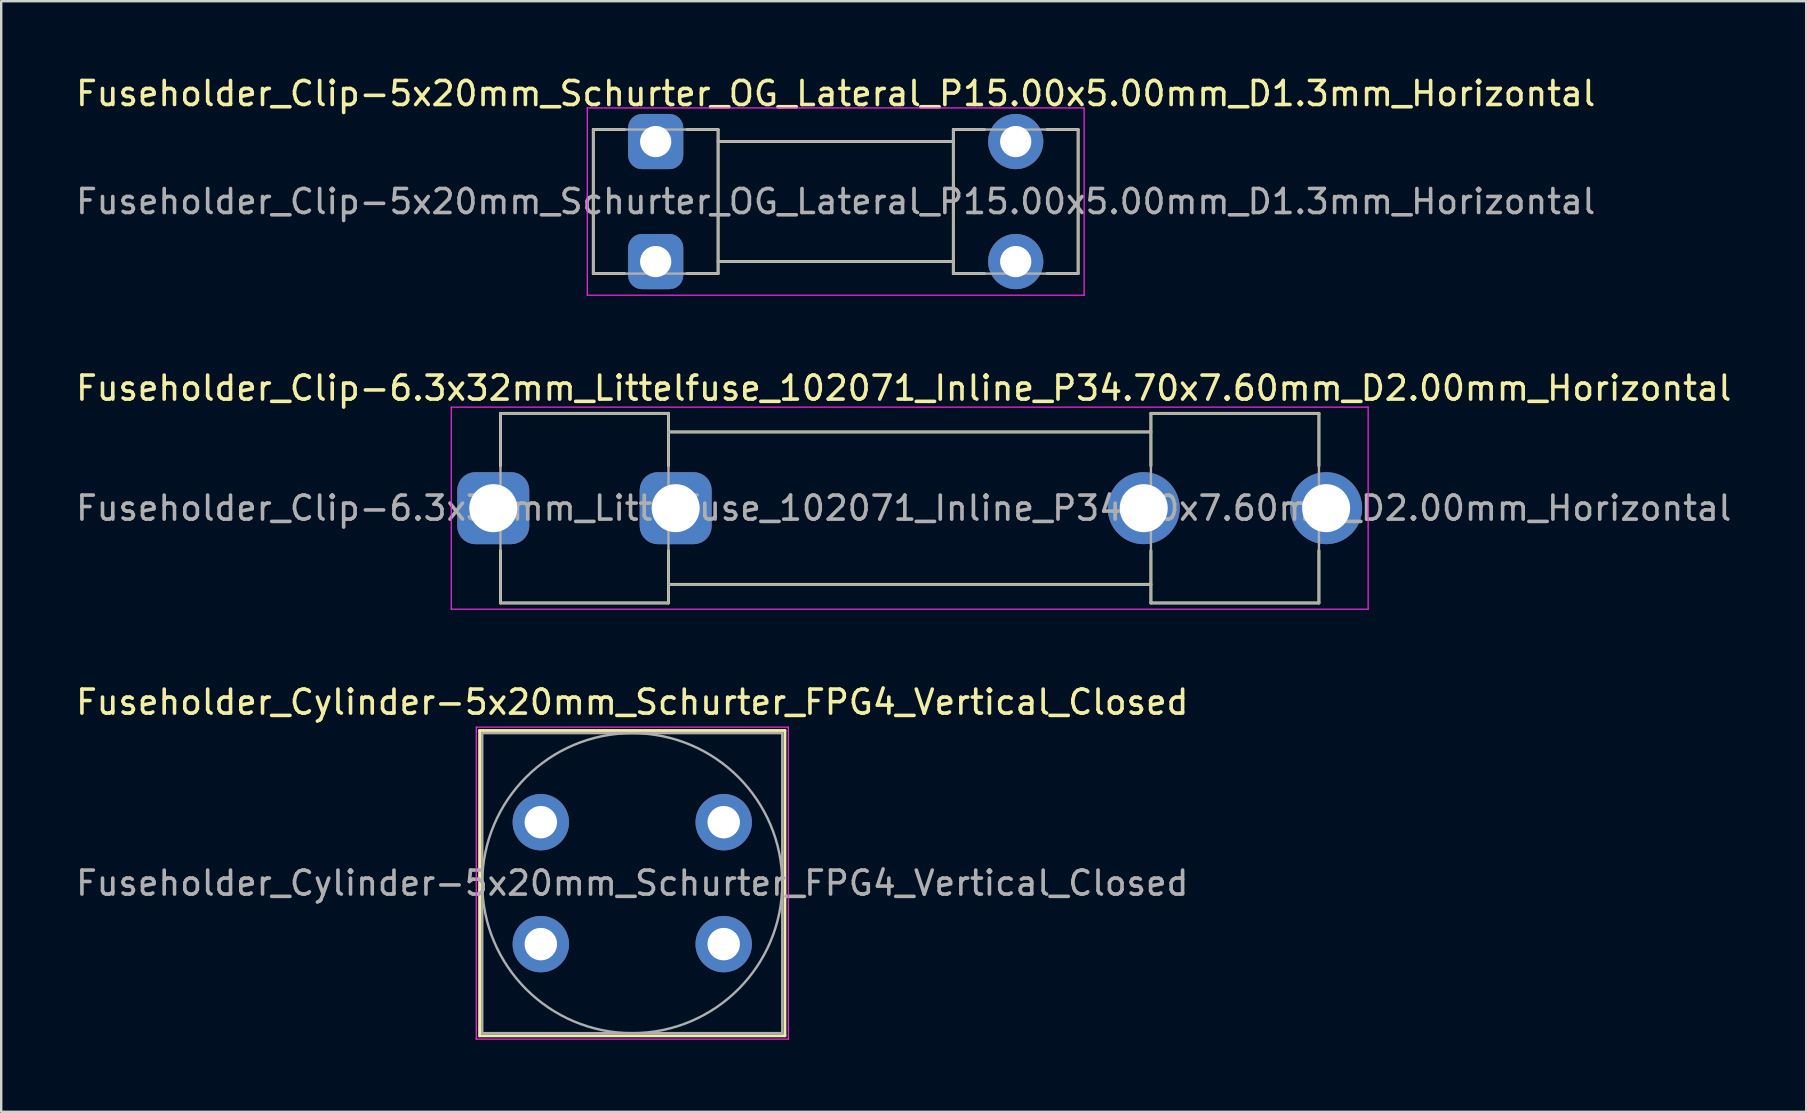
<source format=kicad_pcb>
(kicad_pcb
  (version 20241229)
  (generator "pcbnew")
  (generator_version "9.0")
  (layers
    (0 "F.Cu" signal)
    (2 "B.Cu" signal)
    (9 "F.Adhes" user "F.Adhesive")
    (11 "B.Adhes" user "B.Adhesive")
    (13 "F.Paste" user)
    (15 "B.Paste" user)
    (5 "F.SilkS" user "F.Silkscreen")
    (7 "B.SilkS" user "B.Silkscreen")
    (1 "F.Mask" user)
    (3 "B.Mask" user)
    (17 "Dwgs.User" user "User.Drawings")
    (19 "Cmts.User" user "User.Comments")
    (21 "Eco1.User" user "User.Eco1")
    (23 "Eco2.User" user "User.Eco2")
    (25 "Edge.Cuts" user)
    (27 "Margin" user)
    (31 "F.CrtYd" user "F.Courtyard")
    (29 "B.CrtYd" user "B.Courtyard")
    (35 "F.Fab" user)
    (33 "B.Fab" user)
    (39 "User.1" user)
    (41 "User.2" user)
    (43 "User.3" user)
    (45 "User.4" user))
  (footprint "Fuseholder_Clip-6.3x32mm_Littelfuse_102071_Inline_P34.70x7.60mm_D2.00mm_Horizontal"
    (layer "F.Cu")
    (at 17.501 18.122)
    (property "Reference" "Fuseholder_Clip-6.3x32mm_Littelfuse_102071_Inline_P34.70x7.60mm_D2.00mm_Horizontal" (at 17.1 -5 0) (layer "F.SilkS") (effects (font (size 1 1) (thickness 0.15))))
    (attr through_hole)
    (fp_line (start 0.3 -3.95) (end 0.3 -1.765) (stroke (width 0.12) (type solid)) (layer "F.SilkS"))
    (fp_line (start 0.3 3.95) (end 0.3 1.765) (stroke (width 0.12) (type solid)) (layer "F.SilkS"))
    (fp_line (start 7.3 -3.95) (end 0.3 -3.95) (stroke (width 0.12) (type solid)) (layer "F.SilkS"))
    (fp_line (start 7.3 -3.95) (end 7.3 -1.765) (stroke (width 0.12) (type solid)) (layer "F.SilkS"))
    (fp_line (start 7.3 3.95) (end 0.3 3.95) (stroke (width 0.12) (type solid)) (layer "F.SilkS"))
    (fp_line (start 7.3 3.95) (end 7.3 1.765) (stroke (width 0.12) (type solid)) (layer "F.SilkS"))
    (fp_line (start 27.4 -3.95) (end 27.4 -1.765) (stroke (width 0.12) (type solid)) (layer "F.SilkS"))
    (fp_line (start 27.4 -3.175) (end 7.3 -3.175) (stroke (width 0.12) (type solid)) (layer "F.SilkS"))
    (fp_line (start 27.4 3.175) (end 7.3 3.175) (stroke (width 0.12) (type solid)) (layer "F.SilkS"))
    (fp_line (start 27.4 3.95) (end 27.4 1.765) (stroke (width 0.12) (type solid)) (layer "F.SilkS"))
    (fp_line (start 27.4 3.95) (end 34.4 3.95) (stroke (width 0.12) (type solid)) (layer "F.SilkS"))
    (fp_line (start 34.4 -3.95) (end 27.4 -3.95) (stroke (width 0.12) (type solid)) (layer "F.SilkS"))
    (fp_line (start 34.4 -1.765) (end 34.4 -3.95) (stroke (width 0.12) (type solid)) (layer "F.SilkS"))
    (fp_line (start 34.4 1.765) (end 34.4 3.95) (stroke (width 0.12) (type solid)) (layer "F.SilkS"))
    (fp_line (start -1.75 -4.21) (end -1.75 4.21) (stroke (width 0.05) (type solid)) (layer "F.CrtYd"))
    (fp_line (start -1.75 -4.21) (end 36.45 -4.21) (stroke (width 0.05) (type solid)) (layer "F.CrtYd"))
    (fp_line (start 36.45 4.21) (end -1.75 4.21) (stroke (width 0.05) (type solid)) (layer "F.CrtYd"))
    (fp_line (start 36.45 4.21) (end 36.45 -4.21) (stroke (width 0.05) (type solid)) (layer "F.CrtYd"))
    (fp_line (start 0.3 -3.95) (end 7.3 -3.95) (stroke (width 0.1) (type solid)) (layer "F.Fab"))
    (fp_line (start 0.3 3.95) (end 0.3 -3.95) (stroke (width 0.1) (type solid)) (layer "F.Fab"))
    (fp_line (start 7.3 -3.95) (end 7.3 3.95) (stroke (width 0.1) (type solid)) (layer "F.Fab"))
    (fp_line (start 7.3 -3.175) (end 27.4 -3.175) (stroke (width 0.1) (type solid)) (layer "F.Fab"))
    (fp_line (start 7.3 3.95) (end 0.3 3.95) (stroke (width 0.1) (type solid)) (layer "F.Fab"))
    (fp_line (start 27.4 -3.95) (end 27.4 3.95) (stroke (width 0.1) (type solid)) (layer "F.Fab"))
    (fp_line (start 27.4 3.175) (end 7.3 3.175) (stroke (width 0.1) (type solid)) (layer "F.Fab"))
    (fp_line (start 27.4 3.95) (end 34.4 3.95) (stroke (width 0.1) (type solid)) (layer "F.Fab"))
    (fp_line (start 34.4 -3.95) (end 27.4 -3.95) (stroke (width 0.1) (type solid)) (layer "F.Fab"))
    (fp_line (start 34.4 3.95) (end 34.4 -3.95) (stroke (width 0.1) (type solid)) (layer "F.Fab"))
    (fp_text user "${REFERENCE}" (at 17.1 0 0) (layer "F.Fab") (effects (font (size 1 1) (thickness 0.15))))
    (pad "1" thru_hole roundrect (at 0 0) (size 3 3) (drill 2) (layers "*.Cu" "*.Mask") (roundrect_rratio 0.25))
    (pad "1" thru_hole roundrect (at 7.6 0) (size 3 3) (drill 2) (layers "*.Cu" "*.Mask") (roundrect_rratio 0.25))
    (pad "2" thru_hole circle (at 27.1 0) (size 3 3) (drill 2) (layers "*.Cu" "*.Mask"))
    (pad "2" thru_hole circle (at 34.7 0) (size 3 3) (drill 2) (layers "*.Cu" "*.Mask")))
  (footprint "Fuseholder_Clip-5x20mm_Schurter_OG_Lateral_P15.00x5.00mm_D1.3mm_Horizontal"
    (layer "F.Cu")
    (at 24.268 2.848)
    (property "Reference" "Fuseholder_Clip-5x20mm_Schurter_OG_Lateral_P15.00x5.00mm_D1.3mm_Horizontal" (at 7.5 -2 0) (layer "F.SilkS") (effects (font (size 1 1) (thickness 0.15))))
    (attr through_hole)
    (fp_line (start -2.6 5.5) (end -2.6 -0.5) (stroke (width 0.12) (type solid)) (layer "F.SilkS"))
    (fp_line (start -1.3 -0.5) (end -2.6 -0.5) (stroke (width 0.12) (type solid)) (layer "F.SilkS"))
    (fp_line (start -1.3 5.5) (end -2.6 5.5) (stroke (width 0.12) (type solid)) (layer "F.SilkS"))
    (fp_line (start 2.6 -0.5) (end 1.3 -0.5) (stroke (width 0.12) (type solid)) (layer "F.SilkS"))
    (fp_line (start 2.6 -0.5) (end 2.6 5.5) (stroke (width 0.12) (type solid)) (layer "F.SilkS"))
    (fp_line (start 2.6 5.5) (end 1.3 5.5) (stroke (width 0.12) (type solid)) (layer "F.SilkS"))
    (fp_line (start 12.4 -0.5) (end 12.4 5.5) (stroke (width 0.12) (type solid)) (layer "F.SilkS"))
    (fp_line (start 12.4 0) (end 2.6 0) (stroke (width 0.12) (type solid)) (layer "F.SilkS"))
    (fp_line (start 12.4 5) (end 2.6 5) (stroke (width 0.12) (type solid)) (layer "F.SilkS"))
    (fp_line (start 13.7 -0.5) (end 12.4 -0.5) (stroke (width 0.12) (type solid)) (layer "F.SilkS"))
    (fp_line (start 13.7 5.5) (end 12.4 5.5) (stroke (width 0.12) (type solid)) (layer "F.SilkS"))
    (fp_line (start 16.3 -0.5) (end 17.6 -0.5) (stroke (width 0.12) (type solid)) (layer "F.SilkS"))
    (fp_line (start 16.3 5.5) (end 17.6 5.5) (stroke (width 0.12) (type solid)) (layer "F.SilkS"))
    (fp_line (start 17.6 -0.5) (end 17.6 5.5) (stroke (width 0.12) (type solid)) (layer "F.SilkS"))
    (fp_line (start -2.85 -1.4) (end -2.85 6.4) (stroke (width 0.05) (type solid)) (layer "F.CrtYd"))
    (fp_line (start -2.85 -1.4) (end 17.85 -1.4) (stroke (width 0.05) (type solid)) (layer "F.CrtYd"))
    (fp_line (start 17.85 6.4) (end -2.85 6.4) (stroke (width 0.05) (type solid)) (layer "F.CrtYd"))
    (fp_line (start 17.85 6.4) (end 17.85 -1.4) (stroke (width 0.05) (type solid)) (layer "F.CrtYd"))
    (fp_line (start -2.6 -0.5) (end 2.6 -0.5) (stroke (width 0.1) (type solid)) (layer "F.Fab"))
    (fp_line (start -2.6 5.5) (end -2.6 -0.5) (stroke (width 0.1) (type solid)) (layer "F.Fab"))
    (fp_line (start 2.6 -0.5) (end 2.6 5.5) (stroke (width 0.1) (type solid)) (layer "F.Fab"))
    (fp_line (start 2.6 0) (end 12.4 0) (stroke (width 0.1) (type solid)) (layer "F.Fab"))
    (fp_line (start 2.6 5.5) (end -2.6 5.5) (stroke (width 0.1) (type solid)) (layer "F.Fab"))
    (fp_line (start 12.4 -0.5) (end 12.4 5.5) (stroke (width 0.1) (type solid)) (layer "F.Fab"))
    (fp_line (start 12.4 5) (end 2.6 5) (stroke (width 0.1) (type solid)) (layer "F.Fab"))
    (fp_line (start 12.4 5.5) (end 17.6 5.5) (stroke (width 0.1) (type solid)) (layer "F.Fab"))
    (fp_line (start 17.6 -0.5) (end 12.4 -0.5) (stroke (width 0.1) (type solid)) (layer "F.Fab"))
    (fp_line (start 17.6 5.5) (end 17.6 -0.5) (stroke (width 0.1) (type solid)) (layer "F.Fab"))
    (fp_text user "${REFERENCE}" (at 7.5 2.5 0) (layer "F.Fab") (effects (font (size 1 1) (thickness 0.15))))
    (pad "1" thru_hole roundrect (at 0 0) (size 2.3 2.3) (drill 1.3) (layers "*.Cu" "*.Mask") (roundrect_rratio 0.25))
    (pad "1" thru_hole roundrect (at 0 5) (size 2.3 2.3) (drill 1.3) (layers "*.Cu" "*.Mask") (roundrect_rratio 0.25))
    (pad "2" thru_hole circle (at 15 0) (size 2.3 2.3) (drill 1.3) (layers "*.Cu" "*.Mask"))
    (pad "2" thru_hole circle (at 15 5) (size 2.3 2.3) (drill 1.3) (layers "*.Cu" "*.Mask")))
  (footprint "Fuseholder_Cylinder-5x20mm_Schurter_FPG4_Vertical_Closed"
    (layer "F.Cu")
    (at 19.482 31.205)
    (property "Reference" "Fuseholder_Cylinder-5x20mm_Schurter_FPG4_Vertical_Closed" (at 3.81 -5 0) (layer "F.SilkS") (effects (font (size 1 1) (thickness 0.15))))
    (attr through_hole)
    (fp_line (start -2.55 -3.82) (end 10.17 -3.82) (stroke (width 0.12) (type solid)) (layer "F.SilkS"))
    (fp_line (start -2.55 8.9) (end -2.55 -3.82) (stroke (width 0.12) (type solid)) (layer "F.SilkS"))
    (fp_line (start 10.17 -3.82) (end 10.17 8.9) (stroke (width 0.12) (type solid)) (layer "F.SilkS"))
    (fp_line (start 10.17 8.9) (end -2.55 8.9) (stroke (width 0.12) (type solid)) (layer "F.SilkS"))
    (fp_line (start -2.69 -3.96) (end 10.31 -3.96) (stroke (width 0.05) (type solid)) (layer "F.CrtYd"))
    (fp_line (start -2.69 9.04) (end -2.69 -3.96) (stroke (width 0.05) (type solid)) (layer "F.CrtYd"))
    (fp_line (start 10.31 -3.96) (end 10.31 9.04) (stroke (width 0.05) (type solid)) (layer "F.CrtYd"))
    (fp_line (start 10.31 9.04) (end -2.69 9.04) (stroke (width 0.05) (type solid)) (layer "F.CrtYd"))
    (fp_line (start -2.44 -3.71) (end 10.06 -3.71) (stroke (width 0.1) (type solid)) (layer "F.Fab"))
    (fp_line (start -2.44 8.79) (end -2.44 -3.71) (stroke (width 0.1) (type solid)) (layer "F.Fab"))
    (fp_line (start 10.06 -3.71) (end 10.06 8.79) (stroke (width 0.1) (type solid)) (layer "F.Fab"))
    (fp_line (start 10.06 8.79) (end -2.44 8.79) (stroke (width 0.1) (type solid)) (layer "F.Fab"))
    (fp_circle (center 3.81 2.54) (end 10.06 2.54) (stroke (width 0.1) (type solid)) (fill no) (layer "F.Fab"))
    (fp_text user "${REFERENCE}" (at 3.81 2.54 0) (layer "F.Fab") (effects (font (size 1 1) (thickness 0.15))))
    (pad "1" thru_hole circle (at 0 0) (size 2.35 2.35) (drill 1.35) (layers "*.Cu" "*.Mask"))
    (pad "1" thru_hole circle (at 0 5.08) (size 2.35 2.35) (drill 1.35) (layers "*.Cu" "*.Mask"))
    (pad "2" thru_hole circle (at 7.62 0) (size 2.35 2.35) (drill 1.35) (layers "*.Cu" "*.Mask"))
    (pad "2" thru_hole circle (at 7.62 5.08) (size 2.35 2.35) (drill 1.35) (layers "*.Cu" "*.Mask")))
  (gr_rect
    (start -3 -3)
    (end 72.202 43.27)
    (stroke (width 0.1) (type default))
    (fill no)
    (layer "Edge.Cuts")))
</source>
